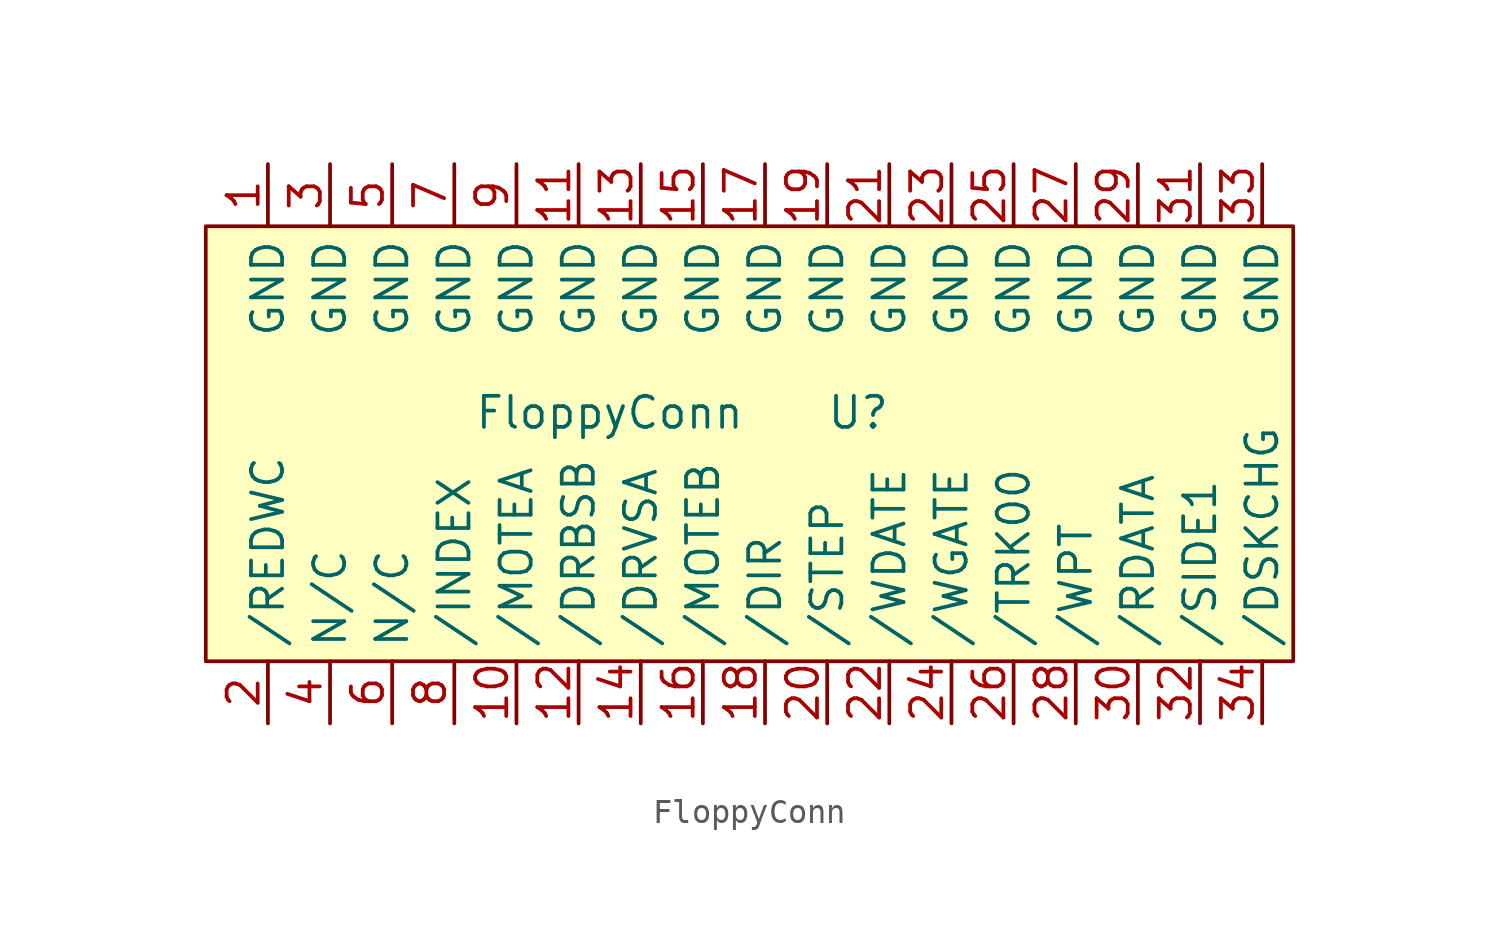
<source format=kicad_sym>
(kicad_symbol_lib
  (version 20211014)
  (generator kicad_symbol_editor)
  (symbol "FloppyConn"
    (property "Reference" "U"
      (at 5.08 1.27 0)
      (effects (font (size 1.27 1.27))))
    (property "Value" "FloppyConn"
      (at -5.08 1.27 0)
      (effects (font (size 1.27 1.27))))
    (symbol "FloppyConn_0_1"
      (rectangle (start -21.59 8.89) (end 22.86 -8.89) (stroke (width 0) (type default) (color 0 0 0 0)) (fill (type background))))
    (symbol "FloppyConn_1_1"
      (pin power_in line (at -19.05 11.43 270) (length 2.54) (name "GND" (effects (font (size 1.27 1.27)))) (number "1" (effects (font (size 1.27 1.27)))))
      (pin input line (at -8.89 -11.43 90) (length 2.54) (name "/MOTEA" (effects (font (size 1.27 1.27)))) (number "10" (effects (font (size 1.27 1.27)))))
      (pin power_in line (at -6.35 11.43 270) (length 2.54) (name "GND" (effects (font (size 1.27 1.27)))) (number "11" (effects (font (size 1.27 1.27)))))
      (pin input line (at -6.35 -11.43 90) (length 2.54) (name "/DRBSB" (effects (font (size 1.27 1.27)))) (number "12" (effects (font (size 1.27 1.27)))))
      (pin power_in line (at -3.81 11.43 270) (length 2.54) (name "GND" (effects (font (size 1.27 1.27)))) (number "13" (effects (font (size 1.27 1.27)))))
      (pin input line (at -3.81 -11.43 90) (length 2.54) (name "/DRVSA" (effects (font (size 1.27 1.27)))) (number "14" (effects (font (size 1.27 1.27)))))
      (pin power_in line (at -1.27 11.43 270) (length 2.54) (name "GND" (effects (font (size 1.27 1.27)))) (number "15" (effects (font (size 1.27 1.27)))))
      (pin input line (at -1.27 -11.43 90) (length 2.54) (name "/MOTEB" (effects (font (size 1.27 1.27)))) (number "16" (effects (font (size 1.27 1.27)))))
      (pin power_in line (at 1.27 11.43 270) (length 2.54) (name "GND" (effects (font (size 1.27 1.27)))) (number "17" (effects (font (size 1.27 1.27)))))
      (pin input line (at 1.27 -11.43 90) (length 2.54) (name "/DIR" (effects (font (size 1.27 1.27)))) (number "18" (effects (font (size 1.27 1.27)))))
      (pin power_in line (at 3.81 11.43 270) (length 2.54) (name "GND" (effects (font (size 1.27 1.27)))) (number "19" (effects (font (size 1.27 1.27)))))
      (pin input line (at -19.05 -11.43 90) (length 2.54) (name "/REDWC" (effects (font (size 1.27 1.27)))) (number "2" (effects (font (size 1.27 1.27)))))
      (pin input line (at 3.81 -11.43 90) (length 2.54) (name "/STEP" (effects (font (size 1.27 1.27)))) (number "20" (effects (font (size 1.27 1.27)))))
      (pin power_in line (at 6.35 11.43 270) (length 2.54) (name "GND" (effects (font (size 1.27 1.27)))) (number "21" (effects (font (size 1.27 1.27)))))
      (pin input line (at 6.35 -11.43 90) (length 2.54) (name "/WDATE" (effects (font (size 1.27 1.27)))) (number "22" (effects (font (size 1.27 1.27)))))
      (pin power_in line (at 8.89 11.43 270) (length 2.54) (name "GND" (effects (font (size 1.27 1.27)))) (number "23" (effects (font (size 1.27 1.27)))))
      (pin input line (at 8.89 -11.43 90) (length 2.54) (name "/WGATE" (effects (font (size 1.27 1.27)))) (number "24" (effects (font (size 1.27 1.27)))))
      (pin power_in line (at 11.43 11.43 270) (length 2.54) (name "GND" (effects (font (size 1.27 1.27)))) (number "25" (effects (font (size 1.27 1.27)))))
      (pin output line (at 11.43 -11.43 90) (length 2.54) (name "/TRK00" (effects (font (size 1.27 1.27)))) (number "26" (effects (font (size 1.27 1.27)))))
      (pin power_in line (at 13.97 11.43 270) (length 2.54) (name "GND" (effects (font (size 1.27 1.27)))) (number "27" (effects (font (size 1.27 1.27)))))
      (pin output line (at 13.97 -11.43 90) (length 2.54) (name "/WPT" (effects (font (size 1.27 1.27)))) (number "28" (effects (font (size 1.27 1.27)))))
      (pin power_in line (at 16.51 11.43 270) (length 2.54) (name "GND" (effects (font (size 1.27 1.27)))) (number "29" (effects (font (size 1.27 1.27)))))
      (pin power_in line (at -16.51 11.43 270) (length 2.54) (name "GND" (effects (font (size 1.27 1.27)))) (number "3" (effects (font (size 1.27 1.27)))))
      (pin output line (at 16.51 -11.43 90) (length 2.54) (name "/RDATA" (effects (font (size 1.27 1.27)))) (number "30" (effects (font (size 1.27 1.27)))))
      (pin power_in line (at 19.05 11.43 270) (length 2.54) (name "GND" (effects (font (size 1.27 1.27)))) (number "31" (effects (font (size 1.27 1.27)))))
      (pin input line (at 19.05 -11.43 90) (length 2.54) (name "/SIDE1" (effects (font (size 1.27 1.27)))) (number "32" (effects (font (size 1.27 1.27)))))
      (pin power_in line (at 21.59 11.43 270) (length 2.54) (name "GND" (effects (font (size 1.27 1.27)))) (number "33" (effects (font (size 1.27 1.27)))))
      (pin output line (at 21.59 -11.43 90) (length 2.54) (name "/DSKCHG" (effects (font (size 1.27 1.27)))) (number "34" (effects (font (size 1.27 1.27)))))
      (pin input line (at -16.51 -11.43 90) (length 2.54) (name "N/C" (effects (font (size 1.27 1.27)))) (number "4" (effects (font (size 1.27 1.27)))))
      (pin power_in line (at -13.97 11.43 270) (length 2.54) (name "GND" (effects (font (size 1.27 1.27)))) (number "5" (effects (font (size 1.27 1.27)))))
      (pin input line (at -13.97 -11.43 90) (length 2.54) (name "N/C" (effects (font (size 1.27 1.27)))) (number "6" (effects (font (size 1.27 1.27)))))
      (pin power_in line (at -11.43 11.43 270) (length 2.54) (name "GND" (effects (font (size 1.27 1.27)))) (number "7" (effects (font (size 1.27 1.27)))))
      (pin output line (at -11.43 -11.43 90) (length 2.54) (name "/INDEX" (effects (font (size 1.27 1.27)))) (number "8" (effects (font (size 1.27 1.27)))))
      (pin power_in line (at -8.89 11.43 270) (length 2.54) (name "GND" (effects (font (size 1.27 1.27)))) (number "9" (effects (font (size 1.27 1.27))))))))
</source>
